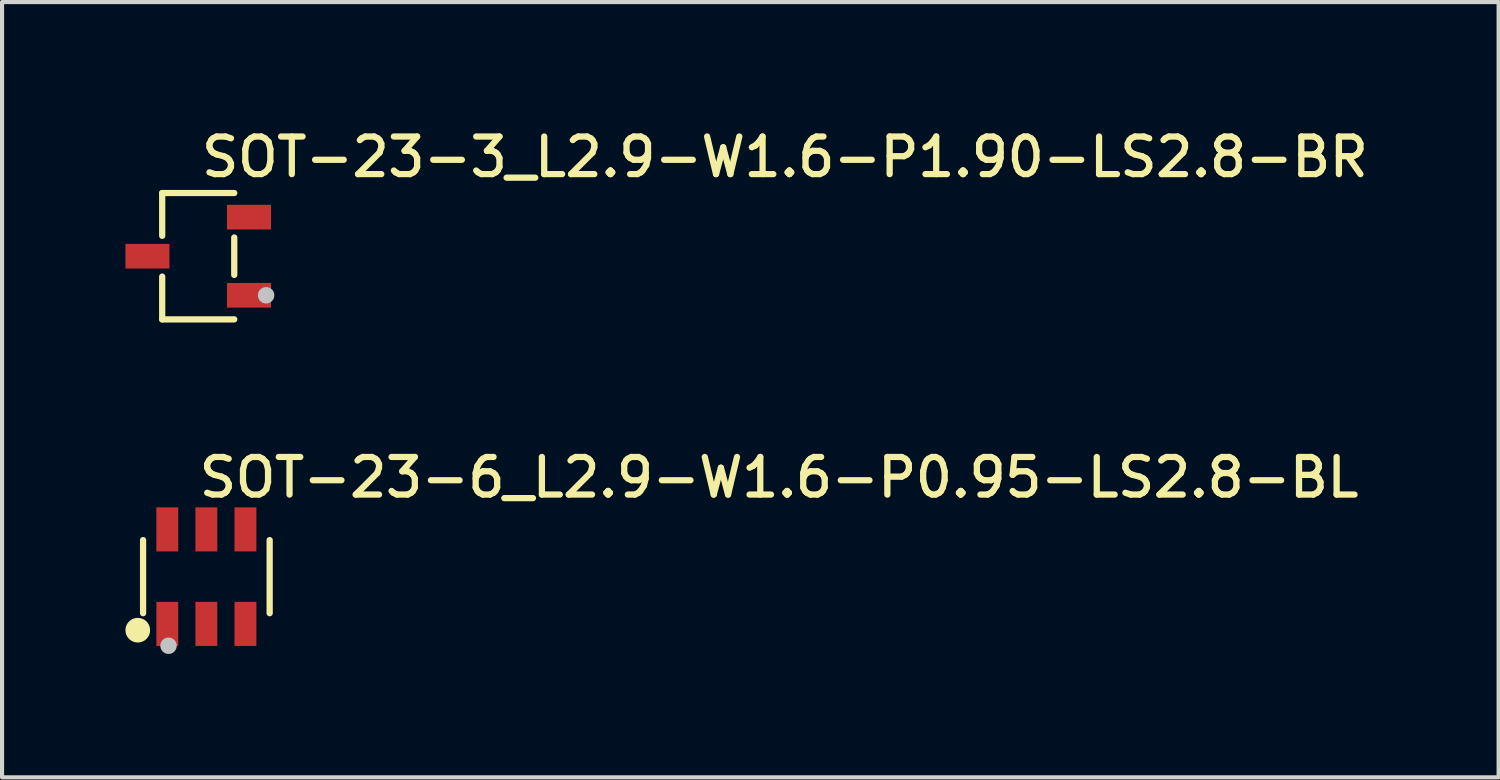
<source format=kicad_pcb>
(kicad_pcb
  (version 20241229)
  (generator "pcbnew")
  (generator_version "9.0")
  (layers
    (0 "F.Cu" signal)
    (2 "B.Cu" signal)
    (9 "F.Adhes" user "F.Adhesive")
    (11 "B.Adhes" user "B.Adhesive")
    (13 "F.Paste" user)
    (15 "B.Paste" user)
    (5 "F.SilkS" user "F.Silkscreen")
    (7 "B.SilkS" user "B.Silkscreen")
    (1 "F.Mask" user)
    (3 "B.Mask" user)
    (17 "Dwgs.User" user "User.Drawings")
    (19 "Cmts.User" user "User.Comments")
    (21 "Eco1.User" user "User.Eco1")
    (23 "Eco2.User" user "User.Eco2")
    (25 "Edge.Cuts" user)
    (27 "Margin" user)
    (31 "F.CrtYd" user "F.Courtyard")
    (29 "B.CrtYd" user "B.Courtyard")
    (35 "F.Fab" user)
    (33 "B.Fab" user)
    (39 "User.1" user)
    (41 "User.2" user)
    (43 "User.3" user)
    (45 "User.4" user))
  (footprint "SOT-23-3_L2.9-W1.6-P1.90-LS2.8-BR"
    (layer "F.Cu")
    (at 1.77 3.18)
    (property "Reference" "SOT-23-3_L2.9-W1.6-P1.90-LS2.8-BR" (at -0.0001 -2.946 0) (layer "F.SilkS") (effects (font (size 0.914 0.914) (thickness 0.152)) (justify left top)))
    (fp_line (start -0.876 -1.536) (end -0.876 -0.495) (stroke (width 0.152) (type default)) (layer "F.SilkS"))
    (fp_line (start -0.876 1.536) (end -0.876 0.495) (stroke (width 0.152) (type default)) (layer "F.SilkS"))
    (fp_line (start 0.876 -1.536) (end -0.876 -1.536) (stroke (width 0.152) (type default)) (layer "F.SilkS"))
    (fp_line (start 0.876 -0.455) (end 0.876 0.455) (stroke (width 0.152) (type default)) (layer "F.SilkS"))
    (fp_line (start 0.876 1.536) (end -0.876 1.536) (stroke (width 0.152) (type default)) (layer "F.SilkS"))
    (fp_circle (center 1.651 0.95) (end 1.751 0.95) (stroke (width 0.2) (type default)) (fill no) (layer "Dwgs.User"))
    (fp_circle (center 1.4 1.46) (end 1.43 1.46) (stroke (width 0.06) (type default)) (fill no) (layer "User.5"))
    (pad "1" smd rect (at 1.235 0.95) (size 1.07 0.6) (layers "F.Cu" "F.Mask" "F.Paste"))
    (pad "2" smd rect (at 1.235 -0.95) (size 1.07 0.6) (layers "F.Cu" "F.Mask" "F.Paste"))
    (pad "3" smd rect (at -1.235 0) (size 1.07 0.6) (layers "F.Cu" "F.Mask" "F.Paste"))
    (zone (net_name "") (layer "User.3") (hatch edge 0.5) (priority 100) (connect_pads yes) (min_thickness 0) (filled_areas_thickness no) (fill yes) (polygon (pts (xy 0.97 4.64) (xy 0.97 1.72) (xy 2.57 1.72) (xy 2.57 4.64))) (filled_polygon (layer "User.3") (island) (pts (xy 0.97 4.64) (xy 0.97 1.72) (xy 2.57 1.72) (xy 2.57 4.64))))
    (zone (net_name "") (layer "User.4") (hatch edge 0.5) (priority 100) (connect_pads) (min_thickness 0) (filled_areas_thickness no) (keepout (tracks allowed) (vias allowed) (pads allowed) (copperpour not_allowed) (footprints allowed)) (placement (enabled no)) (fill) (polygon (pts (xy 0.81 3.38) (xy 0.81 2.98) (xy 0.98 2.98) (xy 0.98 3.38))))
    (zone (net_name "") (layer "User.4") (hatch edge 0.5) (priority 100) (connect_pads yes) (min_thickness 0) (filled_areas_thickness no) (fill yes) (polygon (pts (xy 0.82 3.38) (xy 0.82 2.98) (xy 0.37 2.98) (xy 0.37 3.38))) (filled_polygon (layer "User.4") (island) (pts (xy 0.82 3.38) (xy 0.82 2.98) (xy 0.37 2.98) (xy 0.37 3.38))))
    (zone (net_name "") (layer "User.4") (hatch edge 0.5) (priority 100) (connect_pads) (min_thickness 0) (filled_areas_thickness no) (keepout (tracks allowed) (vias allowed) (pads allowed) (copperpour not_allowed) (footprints allowed)) (placement (enabled no)) (fill) (polygon (pts (xy 2.56 2.43) (xy 2.56 2.03) (xy 2.73 2.03) (xy 2.73 2.43))))
    (zone (net_name "") (layer "User.4") (hatch edge 0.5) (priority 100) (connect_pads) (min_thickness 0) (filled_areas_thickness no) (keepout (tracks allowed) (vias allowed) (pads allowed) (copperpour not_allowed) (footprints allowed)) (placement (enabled no)) (fill) (polygon (pts (xy 2.56 4.33) (xy 2.56 3.93) (xy 2.73 3.93) (xy 2.73 4.33))))
    (zone (net_name "") (layer "User.4") (hatch edge 0.5) (priority 100) (connect_pads yes) (min_thickness 0) (filled_areas_thickness no) (fill yes) (polygon (pts (xy 2.72 2.43) (xy 2.72 2.03) (xy 3.17 2.03) (xy 3.17 2.43))) (filled_polygon (layer "User.4") (island) (pts (xy 2.72 2.43) (xy 2.72 2.03) (xy 3.17 2.03) (xy 3.17 2.43))))
    (zone (net_name "") (layer "User.4") (hatch edge 0.5) (priority 100) (connect_pads yes) (min_thickness 0) (filled_areas_thickness no) (fill yes) (polygon (pts (xy 2.72 4.33) (xy 2.72 3.93) (xy 3.17 3.93) (xy 3.17 4.33))) (filled_polygon (layer "User.4") (island) (pts (xy 2.72 4.33) (xy 2.72 3.93) (xy 3.17 3.93) (xy 3.17 4.33)))))
  (footprint "SOT-23-6_L2.9-W1.6-P0.95-LS2.8-BL"
    (layer "F.Cu")
    (at 1.968 10.972)
    (property "Reference" "SOT-23-6_L2.9-W1.6-P0.95-LS2.8-BL" (at -0.254 -2.946 0) (layer "F.SilkS") (effects (font (size 0.914 0.914) (thickness 0.152)) (justify left top)))
    (fp_line (start -1.539 0.889) (end -1.539 -0.889) (stroke (width 0.152) (type default)) (layer "F.SilkS"))
    (fp_line (start 1.539 0.889) (end 1.539 -0.889) (stroke (width 0.152) (type default)) (layer "F.SilkS"))
    (fp_circle (center -1.668 1.302) (end -1.518 1.302) (stroke (width 0.3) (type default)) (fill no) (layer "F.SilkS"))
    (fp_circle (center -0.92 1.68) (end -0.82 1.68) (stroke (width 0.2) (type default)) (fill no) (layer "Dwgs.User"))
    (fp_circle (center -1.463 1.4) (end -1.433 1.4) (stroke (width 0.06) (type default)) (fill no) (layer "User.5"))
    (pad "1" smd rect (at -0.95 1.149) (size 0.532 1.072) (layers "F.Cu" "F.Mask" "F.Paste"))
    (pad "2" smd rect (at 0 1.149) (size 0.532 1.072) (layers "F.Cu" "F.Mask" "F.Paste"))
    (pad "3" smd rect (at 0.95 1.149) (size 0.532 1.072) (layers "F.Cu" "F.Mask" "F.Paste"))
    (pad "4" smd rect (at 0.95 -1.149) (size 0.532 1.072) (layers "F.Cu" "F.Mask" "F.Paste"))
    (pad "5" smd rect (at 0 -1.149) (size 0.532 1.072) (layers "F.Cu" "F.Mask" "F.Paste"))
    (pad "6" smd rect (at -0.95 -1.149) (size 0.532 1.072) (layers "F.Cu" "F.Mask" "F.Paste"))
    (zone (net_name "") (layer "User.3") (hatch edge 0.5) (priority 100) (connect_pads yes) (min_thickness 0) (filled_areas_thickness no) (fill yes) (polygon (pts (xy 0.505 10.159) (xy 3.431 10.159) (xy 3.431 11.785) (xy 0.505 11.785))) (filled_polygon (layer "User.3") (island) (pts (xy 0.505 10.159) (xy 3.431 10.159) (xy 3.431 11.785) (xy 0.505 11.785))))
    (zone (net_name "") (layer "User.4") (hatch edge 0.5) (priority 100) (connect_pads) (min_thickness 0) (filled_areas_thickness no) (keepout (tracks allowed) (vias allowed) (pads allowed) (copperpour not_allowed) (footprints allowed)) (placement (enabled no)) (fill) (polygon (pts (xy 0.803 10.037) (xy 1.233 10.037) (xy 1.233 10.169) (xy 0.803 10.169))))
    (zone (net_name "") (layer "User.4") (hatch edge 0.5) (priority 100) (connect_pads yes) (min_thickness 0) (filled_areas_thickness no) (fill yes) (polygon (pts (xy 0.803 10.047) (xy 1.233 10.047) (xy 1.233 9.572) (xy 0.803 9.572))) (filled_polygon (layer "User.4") (island) (pts (xy 0.803 10.047) (xy 1.233 10.047) (xy 1.233 9.572) (xy 0.803 9.572))))
    (zone (net_name "") (layer "User.4") (hatch edge 0.5) (priority 100) (connect_pads) (min_thickness 0) (filled_areas_thickness no) (keepout (tracks allowed) (vias allowed) (pads allowed) (copperpour not_allowed) (footprints allowed)) (placement (enabled no)) (fill) (polygon (pts (xy 0.803 11.775) (xy 1.233 11.775) (xy 1.233 11.907) (xy 0.803 11.907))))
    (zone (net_name "") (layer "User.4") (hatch edge 0.5) (priority 100) (connect_pads yes) (min_thickness 0) (filled_areas_thickness no) (fill yes) (polygon (pts (xy 0.803 11.897) (xy 1.233 11.897) (xy 1.233 12.372) (xy 0.803 12.372))) (filled_polygon (layer "User.4") (island) (pts (xy 0.803 11.897) (xy 1.233 11.897) (xy 1.233 12.372) (xy 0.803 12.372))))
    (zone (net_name "") (layer "User.4") (hatch edge 0.5) (priority 100) (connect_pads) (min_thickness 0) (filled_areas_thickness no) (keepout (tracks allowed) (vias allowed) (pads allowed) (copperpour not_allowed) (footprints allowed)) (placement (enabled no)) (fill) (polygon (pts (xy 1.753 10.037) (xy 2.183 10.037) (xy 2.183 10.169) (xy 1.753 10.169))))
    (zone (net_name "") (layer "User.4") (hatch edge 0.5) (priority 100) (connect_pads yes) (min_thickness 0) (filled_areas_thickness no) (fill yes) (polygon (pts (xy 1.753 10.047) (xy 2.183 10.047) (xy 2.183 9.572) (xy 1.753 9.572))) (filled_polygon (layer "User.4") (island) (pts (xy 1.753 10.047) (xy 2.183 10.047) (xy 2.183 9.572) (xy 1.753 9.572))))
    (zone (net_name "") (layer "User.4") (hatch edge 0.5) (priority 100) (connect_pads) (min_thickness 0) (filled_areas_thickness no) (keepout (tracks allowed) (vias allowed) (pads allowed) (copperpour not_allowed) (footprints allowed)) (placement (enabled no)) (fill) (polygon (pts (xy 1.753 11.775) (xy 2.183 11.775) (xy 2.183 11.907) (xy 1.753 11.907))))
    (zone (net_name "") (layer "User.4") (hatch edge 0.5) (priority 100) (connect_pads yes) (min_thickness 0) (filled_areas_thickness no) (fill yes) (polygon (pts (xy 1.753 11.897) (xy 2.183 11.897) (xy 2.183 12.372) (xy 1.753 12.372))) (filled_polygon (layer "User.4") (island) (pts (xy 1.753 11.897) (xy 2.183 11.897) (xy 2.183 12.372) (xy 1.753 12.372))))
    (zone (net_name "") (layer "User.4") (hatch edge 0.5) (priority 100) (connect_pads) (min_thickness 0) (filled_areas_thickness no) (keepout (tracks allowed) (vias allowed) (pads allowed) (copperpour not_allowed) (footprints allowed)) (placement (enabled no)) (fill) (polygon (pts (xy 2.703 10.037) (xy 3.133 10.037) (xy 3.133 10.169) (xy 2.703 10.169))))
    (zone (net_name "") (layer "User.4") (hatch edge 0.5) (priority 100) (connect_pads yes) (min_thickness 0) (filled_areas_thickness no) (fill yes) (polygon (pts (xy 2.703 10.047) (xy 3.133 10.047) (xy 3.133 9.572) (xy 2.703 9.572))) (filled_polygon (layer "User.4") (island) (pts (xy 2.703 10.047) (xy 3.133 10.047) (xy 3.133 9.572) (xy 2.703 9.572))))
    (zone (net_name "") (layer "User.4") (hatch edge 0.5) (priority 100) (connect_pads) (min_thickness 0) (filled_areas_thickness no) (keepout (tracks allowed) (vias allowed) (pads allowed) (copperpour not_allowed) (footprints allowed)) (placement (enabled no)) (fill) (polygon (pts (xy 2.703 11.775) (xy 3.133 11.775) (xy 3.133 11.907) (xy 2.703 11.907))))
    (zone (net_name "") (layer "User.4") (hatch edge 0.5) (priority 100) (connect_pads yes) (min_thickness 0) (filled_areas_thickness no) (fill yes) (polygon (pts (xy 2.703 11.897) (xy 3.133 11.897) (xy 3.133 12.372) (xy 2.703 12.372))) (filled_polygon (layer "User.4") (island) (pts (xy 2.703 11.897) (xy 3.133 11.897) (xy 3.133 12.372) (xy 2.703 12.372)))))
  (gr_rect
    (start -3 -3)
    (end 33.391 15.852)
    (stroke (width 0.1) (type default))
    (fill no)
    (layer "Edge.Cuts")))
</source>
